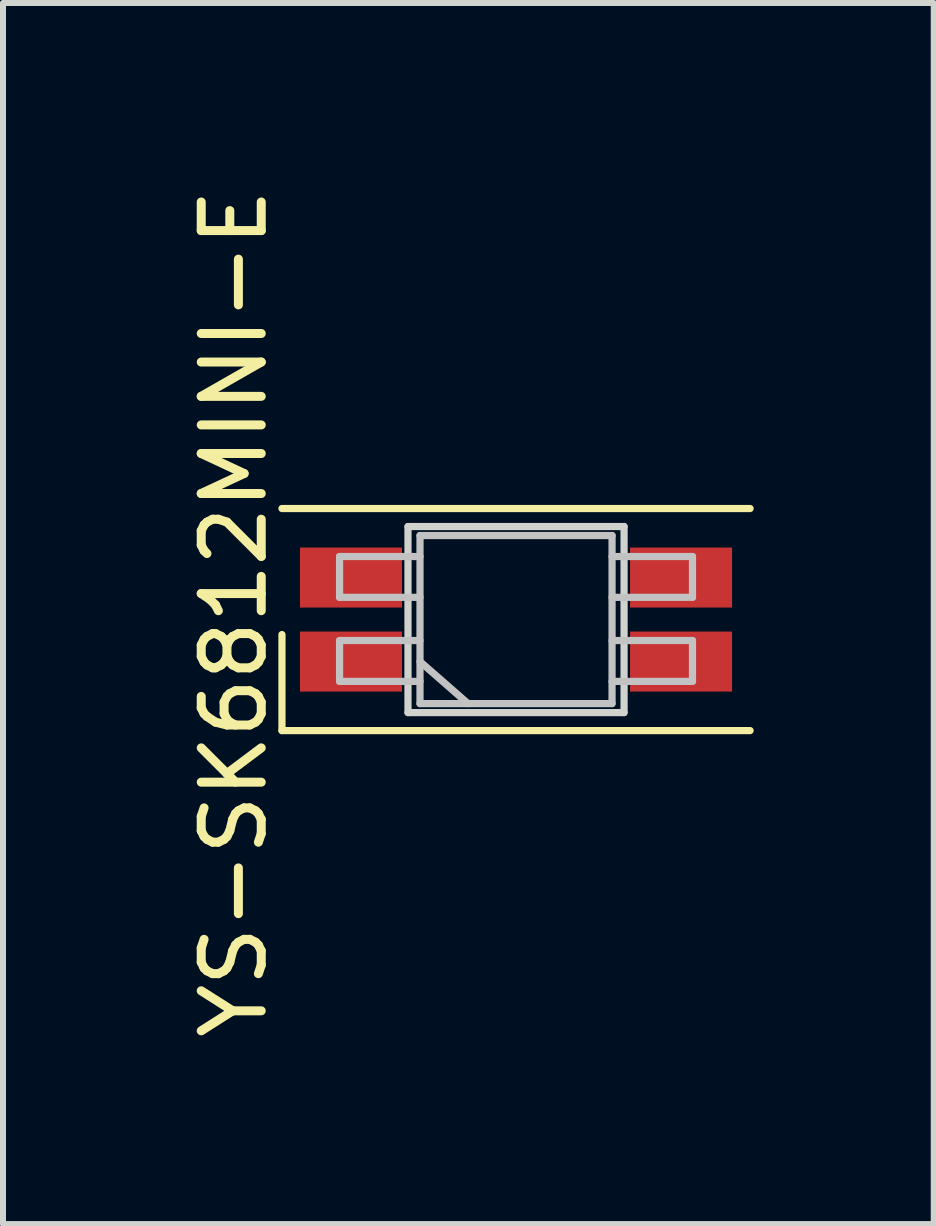
<source format=kicad_pcb>
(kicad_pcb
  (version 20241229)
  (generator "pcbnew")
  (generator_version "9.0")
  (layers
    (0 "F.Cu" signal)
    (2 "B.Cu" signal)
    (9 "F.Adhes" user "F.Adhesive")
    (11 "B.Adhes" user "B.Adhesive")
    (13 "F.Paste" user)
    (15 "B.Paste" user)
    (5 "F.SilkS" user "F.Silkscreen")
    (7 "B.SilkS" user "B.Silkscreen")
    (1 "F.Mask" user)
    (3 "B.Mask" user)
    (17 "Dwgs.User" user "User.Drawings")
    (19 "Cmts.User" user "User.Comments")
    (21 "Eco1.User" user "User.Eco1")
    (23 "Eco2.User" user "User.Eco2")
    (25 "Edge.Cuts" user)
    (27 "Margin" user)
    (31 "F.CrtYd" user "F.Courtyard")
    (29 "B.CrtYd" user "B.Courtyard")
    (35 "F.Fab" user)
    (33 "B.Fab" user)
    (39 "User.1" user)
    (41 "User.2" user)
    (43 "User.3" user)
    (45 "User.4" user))
  (footprint "YS-SK6812MINI-E"
    (layer "F.Cu")
    (at 5.548 7.273)
    (property "Reference" "YS-SK6812MINI-E" (at -4.7 -0.1 90) (layer "F.SilkS") (effects (font (size 1 1) (thickness 0.15))))
    (attr through_hole)
    (fp_line (start -3.9 0.25) (end -3.9 1.85) (stroke (width 0.12) (type solid)) (layer "F.SilkS"))
    (fp_line (start -3.9 1.85) (end 3.9 1.85) (stroke (width 0.12) (type solid)) (layer "F.SilkS"))
    (fp_line (start 3.9 -1.85) (end -3.9 -1.85) (stroke (width 0.12) (type solid)) (layer "F.SilkS"))
    (fp_line (start -2.94 -1.05) (end -2.94 -0.37) (stroke (width 0.12) (type solid)) (layer "Dwgs.User"))
    (fp_line (start -2.94 -0.37) (end -1.6 -0.37) (stroke (width 0.12) (type solid)) (layer "Dwgs.User"))
    (fp_line (start -2.94 0.35) (end -2.94 1.03) (stroke (width 0.12) (type solid)) (layer "Dwgs.User"))
    (fp_line (start -2.94 1.03) (end -1.6 1.03) (stroke (width 0.12) (type solid)) (layer "Dwgs.User"))
    (fp_line (start -1.6 -1.4) (end -1.6 1.4) (stroke (width 0.12) (type solid)) (layer "Dwgs.User"))
    (fp_line (start -1.6 -1.4) (end 1.6 -1.4) (stroke (width 0.12) (type solid)) (layer "Dwgs.User"))
    (fp_line (start -1.6 -1.05) (end -2.94 -1.05) (stroke (width 0.12) (type solid)) (layer "Dwgs.User"))
    (fp_line (start -1.6 0.35) (end -2.94 0.35) (stroke (width 0.12) (type solid)) (layer "Dwgs.User"))
    (fp_line (start -1.6 0.7) (end -0.8 1.4) (stroke (width 0.12) (type solid)) (layer "Dwgs.User"))
    (fp_line (start -1.6 1.4) (end 1.6 1.4) (stroke (width 0.12) (type solid)) (layer "Dwgs.User"))
    (fp_line (start 1.6 -1.4) (end 1.6 1.4) (stroke (width 0.12) (type solid)) (layer "Dwgs.User"))
    (fp_line (start 1.6 -0.37) (end 2.94 -0.37) (stroke (width 0.12) (type solid)) (layer "Dwgs.User"))
    (fp_line (start 1.6 1.03) (end 2.94 1.03) (stroke (width 0.12) (type solid)) (layer "Dwgs.User"))
    (fp_line (start 2.94 -1.05) (end 1.6 -1.05) (stroke (width 0.12) (type solid)) (layer "Dwgs.User"))
    (fp_line (start 2.94 -0.37) (end 2.94 -1.05) (stroke (width 0.12) (type solid)) (layer "Dwgs.User"))
    (fp_line (start 2.94 0.35) (end 1.6 0.35) (stroke (width 0.12) (type solid)) (layer "Dwgs.User"))
    (fp_line (start 2.94 1.03) (end 2.94 0.35) (stroke (width 0.12) (type solid)) (layer "Dwgs.User"))
    (fp_line (start -1.8 -1.55) (end -1.8 1.55) (stroke (width 0.12) (type solid)) (layer "Edge.Cuts"))
    (fp_line (start -1.8 1.55) (end 1.8 1.55) (stroke (width 0.12) (type solid)) (layer "Edge.Cuts"))
    (fp_line (start 1.8 -1.55) (end -1.8 -1.55) (stroke (width 0.12) (type solid)) (layer "Edge.Cuts"))
    (fp_line (start 1.8 1.55) (end 1.8 -1.55) (stroke (width 0.12) (type solid)) (layer "Edge.Cuts"))
    (pad "1" smd rect (at 2.75 -0.7) (size 1.7 1) (layers "F.Cu" "F.Mask" "F.Paste"))
    (pad "2" smd rect (at 2.75 0.7) (size 1.7 1) (layers "F.Cu" "F.Mask" "F.Paste"))
    (pad "3" smd rect (at -2.75 0.7) (size 1.7 1) (layers "F.Cu" "F.Mask" "F.Paste"))
    (pad "4" smd rect (at -2.75 -0.7) (size 1.7 1) (layers "F.Cu" "F.Mask" "F.Paste")))
  (gr_rect
    (start -3 -3)
    (end 12.508 17.345)
    (stroke (width 0.1) (type default))
    (fill no)
    (layer "Edge.Cuts")))
</source>
